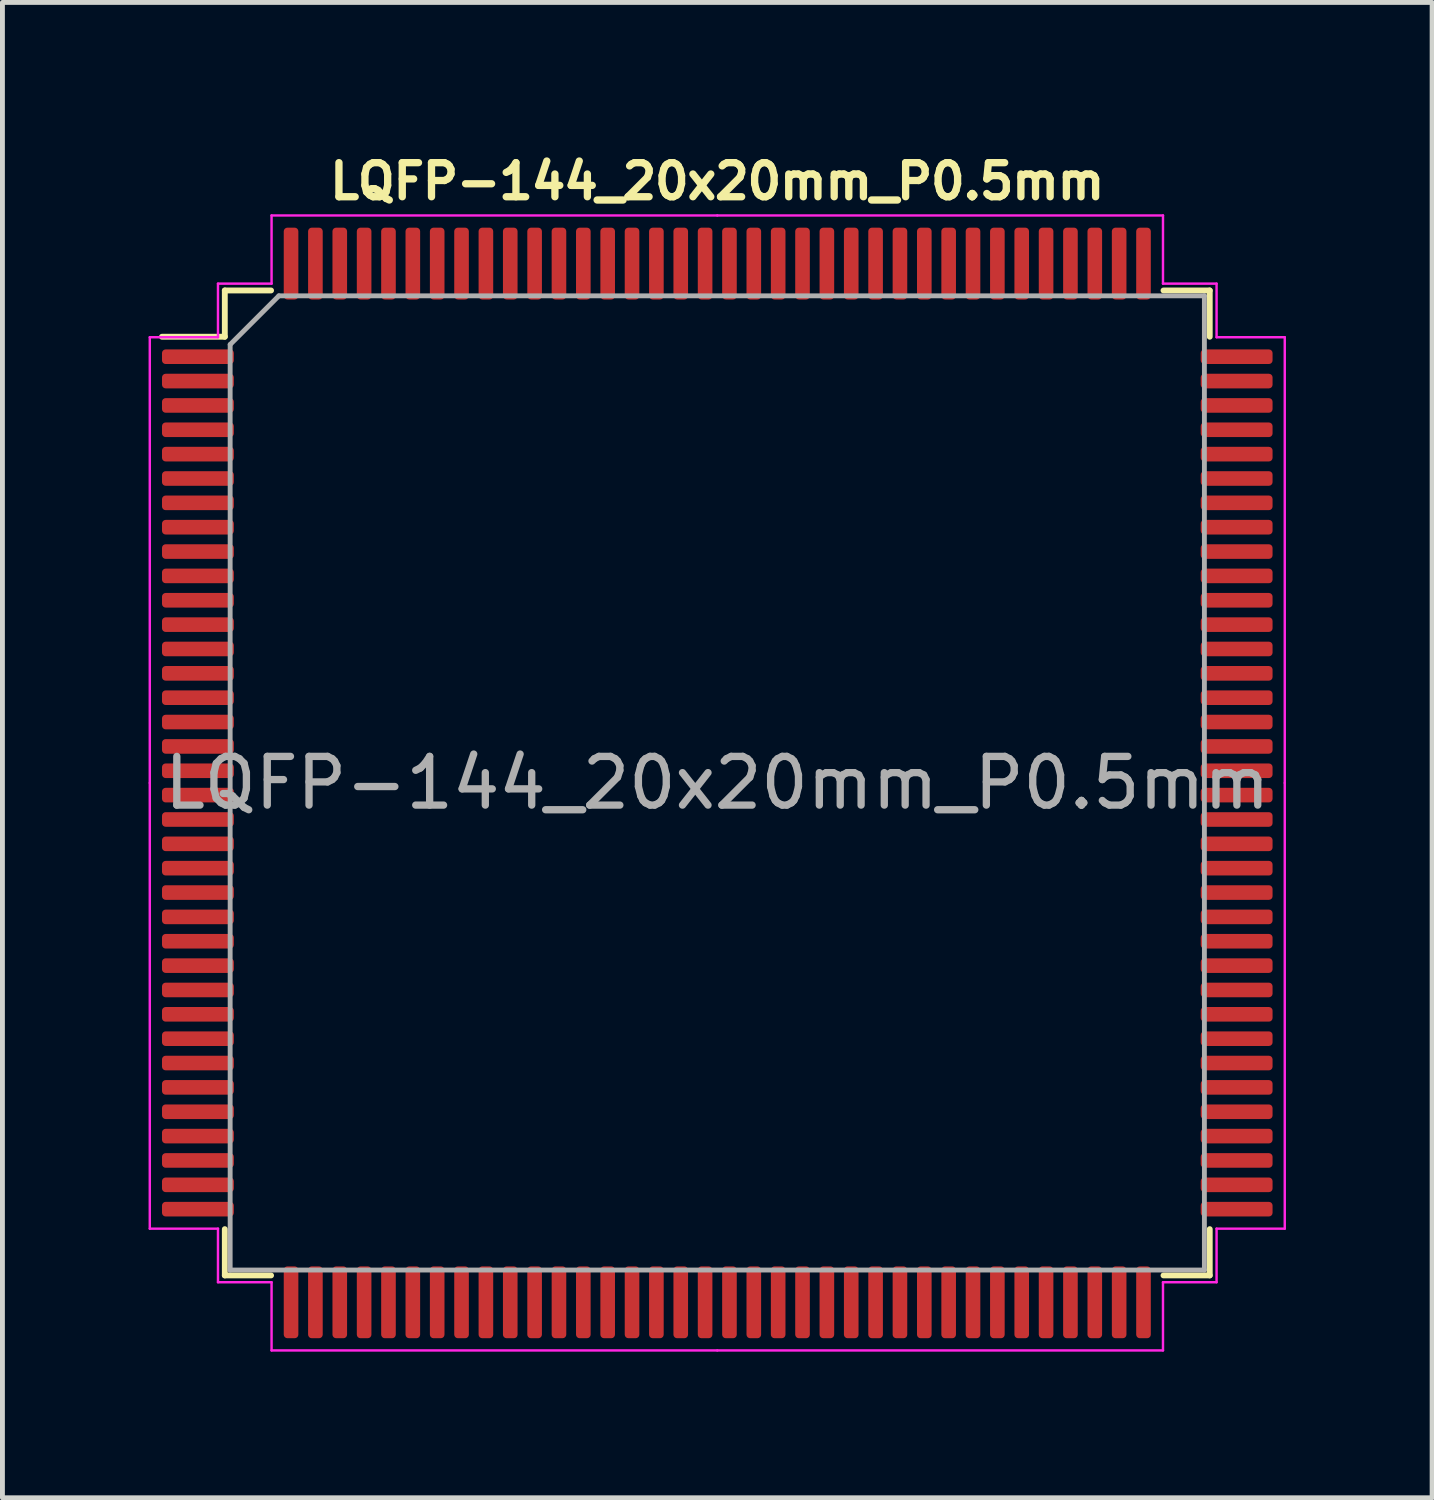
<source format=kicad_pcb>
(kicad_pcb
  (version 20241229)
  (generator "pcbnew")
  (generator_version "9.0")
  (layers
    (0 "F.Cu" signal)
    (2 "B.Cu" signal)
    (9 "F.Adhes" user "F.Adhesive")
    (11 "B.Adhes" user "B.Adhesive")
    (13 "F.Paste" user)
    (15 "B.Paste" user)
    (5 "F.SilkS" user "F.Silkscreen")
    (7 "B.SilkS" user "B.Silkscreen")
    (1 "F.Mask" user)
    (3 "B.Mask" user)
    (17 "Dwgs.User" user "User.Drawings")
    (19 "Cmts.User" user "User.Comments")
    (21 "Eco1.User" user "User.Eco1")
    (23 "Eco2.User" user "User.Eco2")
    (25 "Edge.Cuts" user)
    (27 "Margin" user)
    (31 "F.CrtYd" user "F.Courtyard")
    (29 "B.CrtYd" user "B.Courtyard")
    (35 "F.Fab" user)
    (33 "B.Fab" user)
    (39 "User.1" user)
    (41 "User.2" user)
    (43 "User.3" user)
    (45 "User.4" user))
  (footprint "LQFP-144_20x20mm_P0.5mm"
    (layer "F.Cu")
    (at 11.675 13.023)
    (property "Reference" "LQFP-144_20x20mm_P0.5mm" (at 0 -12.35 0) (layer "F.SilkS") (effects (font (size 0.7 0.7) (thickness 0.15))))
    (attr smd)
    (fp_line (start -10.11 -10.11) (end -10.11 -9.16) (stroke (width 0.12) (type solid)) (layer "F.SilkS"))
    (fp_line (start -10.11 -9.16) (end -11.4 -9.16) (stroke (width 0.12) (type solid)) (layer "F.SilkS"))
    (fp_line (start -10.11 10.11) (end -10.11 9.16) (stroke (width 0.12) (type solid)) (layer "F.SilkS"))
    (fp_line (start -9.16 -10.11) (end -10.11 -10.11) (stroke (width 0.12) (type solid)) (layer "F.SilkS"))
    (fp_line (start -9.16 10.11) (end -10.11 10.11) (stroke (width 0.12) (type solid)) (layer "F.SilkS"))
    (fp_line (start 9.16 -10.11) (end 10.11 -10.11) (stroke (width 0.12) (type solid)) (layer "F.SilkS"))
    (fp_line (start 9.16 10.11) (end 10.11 10.11) (stroke (width 0.12) (type solid)) (layer "F.SilkS"))
    (fp_line (start 10.11 -10.11) (end 10.11 -9.16) (stroke (width 0.12) (type solid)) (layer "F.SilkS"))
    (fp_line (start 10.11 10.11) (end 10.11 9.16) (stroke (width 0.12) (type solid)) (layer "F.SilkS"))
    (fp_line (start -11.65 -9.15) (end -11.65 0) (stroke (width 0.05) (type solid)) (layer "F.CrtYd"))
    (fp_line (start -11.65 9.15) (end -11.65 0) (stroke (width 0.05) (type solid)) (layer "F.CrtYd"))
    (fp_line (start -10.25 -10.25) (end -10.25 -9.15) (stroke (width 0.05) (type solid)) (layer "F.CrtYd"))
    (fp_line (start -10.25 -9.15) (end -11.65 -9.15) (stroke (width 0.05) (type solid)) (layer "F.CrtYd"))
    (fp_line (start -10.25 9.15) (end -11.65 9.15) (stroke (width 0.05) (type solid)) (layer "F.CrtYd"))
    (fp_line (start -10.25 10.25) (end -10.25 9.15) (stroke (width 0.05) (type solid)) (layer "F.CrtYd"))
    (fp_line (start -9.15 -11.65) (end -9.15 -10.25) (stroke (width 0.05) (type solid)) (layer "F.CrtYd"))
    (fp_line (start -9.15 -10.25) (end -10.25 -10.25) (stroke (width 0.05) (type solid)) (layer "F.CrtYd"))
    (fp_line (start -9.15 10.25) (end -10.25 10.25) (stroke (width 0.05) (type solid)) (layer "F.CrtYd"))
    (fp_line (start -9.15 11.65) (end -9.15 10.25) (stroke (width 0.05) (type solid)) (layer "F.CrtYd"))
    (fp_line (start 0 -11.65) (end -9.15 -11.65) (stroke (width 0.05) (type solid)) (layer "F.CrtYd"))
    (fp_line (start 0 -11.65) (end 9.15 -11.65) (stroke (width 0.05) (type solid)) (layer "F.CrtYd"))
    (fp_line (start 0 11.65) (end -9.15 11.65) (stroke (width 0.05) (type solid)) (layer "F.CrtYd"))
    (fp_line (start 0 11.65) (end 9.15 11.65) (stroke (width 0.05) (type solid)) (layer "F.CrtYd"))
    (fp_line (start 9.15 -11.65) (end 9.15 -10.25) (stroke (width 0.05) (type solid)) (layer "F.CrtYd"))
    (fp_line (start 9.15 -10.25) (end 10.25 -10.25) (stroke (width 0.05) (type solid)) (layer "F.CrtYd"))
    (fp_line (start 9.15 10.25) (end 10.25 10.25) (stroke (width 0.05) (type solid)) (layer "F.CrtYd"))
    (fp_line (start 9.15 11.65) (end 9.15 10.25) (stroke (width 0.05) (type solid)) (layer "F.CrtYd"))
    (fp_line (start 10.25 -10.25) (end 10.25 -9.15) (stroke (width 0.05) (type solid)) (layer "F.CrtYd"))
    (fp_line (start 10.25 -9.15) (end 11.65 -9.15) (stroke (width 0.05) (type solid)) (layer "F.CrtYd"))
    (fp_line (start 10.25 9.15) (end 11.65 9.15) (stroke (width 0.05) (type solid)) (layer "F.CrtYd"))
    (fp_line (start 10.25 10.25) (end 10.25 9.15) (stroke (width 0.05) (type solid)) (layer "F.CrtYd"))
    (fp_line (start 11.65 -9.15) (end 11.65 0) (stroke (width 0.05) (type solid)) (layer "F.CrtYd"))
    (fp_line (start 11.65 9.15) (end 11.65 0) (stroke (width 0.05) (type solid)) (layer "F.CrtYd"))
    (fp_line (start -10 -9) (end -9 -10) (stroke (width 0.1) (type solid)) (layer "F.Fab"))
    (fp_line (start -10 10) (end -10 -9) (stroke (width 0.1) (type solid)) (layer "F.Fab"))
    (fp_line (start -9 -10) (end 10 -10) (stroke (width 0.1) (type solid)) (layer "F.Fab"))
    (fp_line (start 10 -10) (end 10 10) (stroke (width 0.1) (type solid)) (layer "F.Fab"))
    (fp_line (start 10 10) (end -10 10) (stroke (width 0.1) (type solid)) (layer "F.Fab"))
    (fp_text user "${REFERENCE}" (at 0 0 0) (layer "F.Fab") (effects (font (size 1 1) (thickness 0.15))))
    (pad "1" smd roundrect (at -10.662 -8.75) (size 1.475 0.3) (layers "F.Cu" "F.Mask" "F.Paste") (roundrect_rratio 0.25))
    (pad "2" smd roundrect (at -10.662 -8.25) (size 1.475 0.3) (layers "F.Cu" "F.Mask" "F.Paste") (roundrect_rratio 0.25))
    (pad "3" smd roundrect (at -10.662 -7.75) (size 1.475 0.3) (layers "F.Cu" "F.Mask" "F.Paste") (roundrect_rratio 0.25))
    (pad "4" smd roundrect (at -10.662 -7.25) (size 1.475 0.3) (layers "F.Cu" "F.Mask" "F.Paste") (roundrect_rratio 0.25))
    (pad "5" smd roundrect (at -10.662 -6.75) (size 1.475 0.3) (layers "F.Cu" "F.Mask" "F.Paste") (roundrect_rratio 0.25))
    (pad "6" smd roundrect (at -10.662 -6.25) (size 1.475 0.3) (layers "F.Cu" "F.Mask" "F.Paste") (roundrect_rratio 0.25))
    (pad "7" smd roundrect (at -10.662 -5.75) (size 1.475 0.3) (layers "F.Cu" "F.Mask" "F.Paste") (roundrect_rratio 0.25))
    (pad "8" smd roundrect (at -10.662 -5.25) (size 1.475 0.3) (layers "F.Cu" "F.Mask" "F.Paste") (roundrect_rratio 0.25))
    (pad "9" smd roundrect (at -10.662 -4.75) (size 1.475 0.3) (layers "F.Cu" "F.Mask" "F.Paste") (roundrect_rratio 0.25))
    (pad "10" smd roundrect (at -10.662 -4.25) (size 1.475 0.3) (layers "F.Cu" "F.Mask" "F.Paste") (roundrect_rratio 0.25))
    (pad "11" smd roundrect (at -10.662 -3.75) (size 1.475 0.3) (layers "F.Cu" "F.Mask" "F.Paste") (roundrect_rratio 0.25))
    (pad "12" smd roundrect (at -10.662 -3.25) (size 1.475 0.3) (layers "F.Cu" "F.Mask" "F.Paste") (roundrect_rratio 0.25))
    (pad "13" smd roundrect (at -10.662 -2.75) (size 1.475 0.3) (layers "F.Cu" "F.Mask" "F.Paste") (roundrect_rratio 0.25))
    (pad "14" smd roundrect (at -10.662 -2.25) (size 1.475 0.3) (layers "F.Cu" "F.Mask" "F.Paste") (roundrect_rratio 0.25))
    (pad "15" smd roundrect (at -10.662 -1.75) (size 1.475 0.3) (layers "F.Cu" "F.Mask" "F.Paste") (roundrect_rratio 0.25))
    (pad "16" smd roundrect (at -10.662 -1.25) (size 1.475 0.3) (layers "F.Cu" "F.Mask" "F.Paste") (roundrect_rratio 0.25))
    (pad "17" smd roundrect (at -10.662 -0.75) (size 1.475 0.3) (layers "F.Cu" "F.Mask" "F.Paste") (roundrect_rratio 0.25))
    (pad "18" smd roundrect (at -10.662 -0.25) (size 1.475 0.3) (layers "F.Cu" "F.Mask" "F.Paste") (roundrect_rratio 0.25))
    (pad "19" smd roundrect (at -10.662 0.25) (size 1.475 0.3) (layers "F.Cu" "F.Mask" "F.Paste") (roundrect_rratio 0.25))
    (pad "20" smd roundrect (at -10.662 0.75) (size 1.475 0.3) (layers "F.Cu" "F.Mask" "F.Paste") (roundrect_rratio 0.25))
    (pad "21" smd roundrect (at -10.662 1.25) (size 1.475 0.3) (layers "F.Cu" "F.Mask" "F.Paste") (roundrect_rratio 0.25))
    (pad "22" smd roundrect (at -10.662 1.75) (size 1.475 0.3) (layers "F.Cu" "F.Mask" "F.Paste") (roundrect_rratio 0.25))
    (pad "23" smd roundrect (at -10.662 2.25) (size 1.475 0.3) (layers "F.Cu" "F.Mask" "F.Paste") (roundrect_rratio 0.25))
    (pad "24" smd roundrect (at -10.662 2.75) (size 1.475 0.3) (layers "F.Cu" "F.Mask" "F.Paste") (roundrect_rratio 0.25))
    (pad "25" smd roundrect (at -10.662 3.25) (size 1.475 0.3) (layers "F.Cu" "F.Mask" "F.Paste") (roundrect_rratio 0.25))
    (pad "26" smd roundrect (at -10.662 3.75) (size 1.475 0.3) (layers "F.Cu" "F.Mask" "F.Paste") (roundrect_rratio 0.25))
    (pad "27" smd roundrect (at -10.662 4.25) (size 1.475 0.3) (layers "F.Cu" "F.Mask" "F.Paste") (roundrect_rratio 0.25))
    (pad "28" smd roundrect (at -10.662 4.75) (size 1.475 0.3) (layers "F.Cu" "F.Mask" "F.Paste") (roundrect_rratio 0.25))
    (pad "29" smd roundrect (at -10.662 5.25) (size 1.475 0.3) (layers "F.Cu" "F.Mask" "F.Paste") (roundrect_rratio 0.25))
    (pad "30" smd roundrect (at -10.662 5.75) (size 1.475 0.3) (layers "F.Cu" "F.Mask" "F.Paste") (roundrect_rratio 0.25))
    (pad "31" smd roundrect (at -10.662 6.25) (size 1.475 0.3) (layers "F.Cu" "F.Mask" "F.Paste") (roundrect_rratio 0.25))
    (pad "32" smd roundrect (at -10.662 6.75) (size 1.475 0.3) (layers "F.Cu" "F.Mask" "F.Paste") (roundrect_rratio 0.25))
    (pad "33" smd roundrect (at -10.662 7.25) (size 1.475 0.3) (layers "F.Cu" "F.Mask" "F.Paste") (roundrect_rratio 0.25))
    (pad "34" smd roundrect (at -10.662 7.75) (size 1.475 0.3) (layers "F.Cu" "F.Mask" "F.Paste") (roundrect_rratio 0.25))
    (pad "35" smd roundrect (at -10.662 8.25) (size 1.475 0.3) (layers "F.Cu" "F.Mask" "F.Paste") (roundrect_rratio 0.25))
    (pad "36" smd roundrect (at -10.662 8.75) (size 1.475 0.3) (layers "F.Cu" "F.Mask" "F.Paste") (roundrect_rratio 0.25))
    (pad "37" smd roundrect (at -8.75 10.662) (size 0.3 1.475) (layers "F.Cu" "F.Mask" "F.Paste") (roundrect_rratio 0.25))
    (pad "38" smd roundrect (at -8.25 10.662) (size 0.3 1.475) (layers "F.Cu" "F.Mask" "F.Paste") (roundrect_rratio 0.25))
    (pad "39" smd roundrect (at -7.75 10.662) (size 0.3 1.475) (layers "F.Cu" "F.Mask" "F.Paste") (roundrect_rratio 0.25))
    (pad "40" smd roundrect (at -7.25 10.662) (size 0.3 1.475) (layers "F.Cu" "F.Mask" "F.Paste") (roundrect_rratio 0.25))
    (pad "41" smd roundrect (at -6.75 10.662) (size 0.3 1.475) (layers "F.Cu" "F.Mask" "F.Paste") (roundrect_rratio 0.25))
    (pad "42" smd roundrect (at -6.25 10.662) (size 0.3 1.475) (layers "F.Cu" "F.Mask" "F.Paste") (roundrect_rratio 0.25))
    (pad "43" smd roundrect (at -5.75 10.662) (size 0.3 1.475) (layers "F.Cu" "F.Mask" "F.Paste") (roundrect_rratio 0.25))
    (pad "44" smd roundrect (at -5.25 10.662) (size 0.3 1.475) (layers "F.Cu" "F.Mask" "F.Paste") (roundrect_rratio 0.25))
    (pad "45" smd roundrect (at -4.75 10.662) (size 0.3 1.475) (layers "F.Cu" "F.Mask" "F.Paste") (roundrect_rratio 0.25))
    (pad "46" smd roundrect (at -4.25 10.662) (size 0.3 1.475) (layers "F.Cu" "F.Mask" "F.Paste") (roundrect_rratio 0.25))
    (pad "47" smd roundrect (at -3.75 10.662) (size 0.3 1.475) (layers "F.Cu" "F.Mask" "F.Paste") (roundrect_rratio 0.25))
    (pad "48" smd roundrect (at -3.25 10.662) (size 0.3 1.475) (layers "F.Cu" "F.Mask" "F.Paste") (roundrect_rratio 0.25))
    (pad "49" smd roundrect (at -2.75 10.662) (size 0.3 1.475) (layers "F.Cu" "F.Mask" "F.Paste") (roundrect_rratio 0.25))
    (pad "50" smd roundrect (at -2.25 10.662) (size 0.3 1.475) (layers "F.Cu" "F.Mask" "F.Paste") (roundrect_rratio 0.25))
    (pad "51" smd roundrect (at -1.75 10.662) (size 0.3 1.475) (layers "F.Cu" "F.Mask" "F.Paste") (roundrect_rratio 0.25))
    (pad "52" smd roundrect (at -1.25 10.662) (size 0.3 1.475) (layers "F.Cu" "F.Mask" "F.Paste") (roundrect_rratio 0.25))
    (pad "53" smd roundrect (at -0.75 10.662) (size 0.3 1.475) (layers "F.Cu" "F.Mask" "F.Paste") (roundrect_rratio 0.25))
    (pad "54" smd roundrect (at -0.25 10.662) (size 0.3 1.475) (layers "F.Cu" "F.Mask" "F.Paste") (roundrect_rratio 0.25))
    (pad "55" smd roundrect (at 0.25 10.662) (size 0.3 1.475) (layers "F.Cu" "F.Mask" "F.Paste") (roundrect_rratio 0.25))
    (pad "56" smd roundrect (at 0.75 10.662) (size 0.3 1.475) (layers "F.Cu" "F.Mask" "F.Paste") (roundrect_rratio 0.25))
    (pad "57" smd roundrect (at 1.25 10.662) (size 0.3 1.475) (layers "F.Cu" "F.Mask" "F.Paste") (roundrect_rratio 0.25))
    (pad "58" smd roundrect (at 1.75 10.662) (size 0.3 1.475) (layers "F.Cu" "F.Mask" "F.Paste") (roundrect_rratio 0.25))
    (pad "59" smd roundrect (at 2.25 10.662) (size 0.3 1.475) (layers "F.Cu" "F.Mask" "F.Paste") (roundrect_rratio 0.25))
    (pad "60" smd roundrect (at 2.75 10.662) (size 0.3 1.475) (layers "F.Cu" "F.Mask" "F.Paste") (roundrect_rratio 0.25))
    (pad "61" smd roundrect (at 3.25 10.662) (size 0.3 1.475) (layers "F.Cu" "F.Mask" "F.Paste") (roundrect_rratio 0.25))
    (pad "62" smd roundrect (at 3.75 10.662) (size 0.3 1.475) (layers "F.Cu" "F.Mask" "F.Paste") (roundrect_rratio 0.25))
    (pad "63" smd roundrect (at 4.25 10.662) (size 0.3 1.475) (layers "F.Cu" "F.Mask" "F.Paste") (roundrect_rratio 0.25))
    (pad "64" smd roundrect (at 4.75 10.662) (size 0.3 1.475) (layers "F.Cu" "F.Mask" "F.Paste") (roundrect_rratio 0.25))
    (pad "65" smd roundrect (at 5.25 10.662) (size 0.3 1.475) (layers "F.Cu" "F.Mask" "F.Paste") (roundrect_rratio 0.25))
    (pad "66" smd roundrect (at 5.75 10.662) (size 0.3 1.475) (layers "F.Cu" "F.Mask" "F.Paste") (roundrect_rratio 0.25))
    (pad "67" smd roundrect (at 6.25 10.662) (size 0.3 1.475) (layers "F.Cu" "F.Mask" "F.Paste") (roundrect_rratio 0.25))
    (pad "68" smd roundrect (at 6.75 10.662) (size 0.3 1.475) (layers "F.Cu" "F.Mask" "F.Paste") (roundrect_rratio 0.25))
    (pad "69" smd roundrect (at 7.25 10.662) (size 0.3 1.475) (layers "F.Cu" "F.Mask" "F.Paste") (roundrect_rratio 0.25))
    (pad "70" smd roundrect (at 7.75 10.662) (size 0.3 1.475) (layers "F.Cu" "F.Mask" "F.Paste") (roundrect_rratio 0.25))
    (pad "71" smd roundrect (at 8.25 10.662) (size 0.3 1.475) (layers "F.Cu" "F.Mask" "F.Paste") (roundrect_rratio 0.25))
    (pad "72" smd roundrect (at 8.75 10.662) (size 0.3 1.475) (layers "F.Cu" "F.Mask" "F.Paste") (roundrect_rratio 0.25))
    (pad "73" smd roundrect (at 10.662 8.75) (size 1.475 0.3) (layers "F.Cu" "F.Mask" "F.Paste") (roundrect_rratio 0.25))
    (pad "74" smd roundrect (at 10.662 8.25) (size 1.475 0.3) (layers "F.Cu" "F.Mask" "F.Paste") (roundrect_rratio 0.25))
    (pad "75" smd roundrect (at 10.662 7.75) (size 1.475 0.3) (layers "F.Cu" "F.Mask" "F.Paste") (roundrect_rratio 0.25))
    (pad "76" smd roundrect (at 10.662 7.25) (size 1.475 0.3) (layers "F.Cu" "F.Mask" "F.Paste") (roundrect_rratio 0.25))
    (pad "77" smd roundrect (at 10.662 6.75) (size 1.475 0.3) (layers "F.Cu" "F.Mask" "F.Paste") (roundrect_rratio 0.25))
    (pad "78" smd roundrect (at 10.662 6.25) (size 1.475 0.3) (layers "F.Cu" "F.Mask" "F.Paste") (roundrect_rratio 0.25))
    (pad "79" smd roundrect (at 10.662 5.75) (size 1.475 0.3) (layers "F.Cu" "F.Mask" "F.Paste") (roundrect_rratio 0.25))
    (pad "80" smd roundrect (at 10.662 5.25) (size 1.475 0.3) (layers "F.Cu" "F.Mask" "F.Paste") (roundrect_rratio 0.25))
    (pad "81" smd roundrect (at 10.662 4.75) (size 1.475 0.3) (layers "F.Cu" "F.Mask" "F.Paste") (roundrect_rratio 0.25))
    (pad "82" smd roundrect (at 10.662 4.25) (size 1.475 0.3) (layers "F.Cu" "F.Mask" "F.Paste") (roundrect_rratio 0.25))
    (pad "83" smd roundrect (at 10.662 3.75) (size 1.475 0.3) (layers "F.Cu" "F.Mask" "F.Paste") (roundrect_rratio 0.25))
    (pad "84" smd roundrect (at 10.662 3.25) (size 1.475 0.3) (layers "F.Cu" "F.Mask" "F.Paste") (roundrect_rratio 0.25))
    (pad "85" smd roundrect (at 10.662 2.75) (size 1.475 0.3) (layers "F.Cu" "F.Mask" "F.Paste") (roundrect_rratio 0.25))
    (pad "86" smd roundrect (at 10.662 2.25) (size 1.475 0.3) (layers "F.Cu" "F.Mask" "F.Paste") (roundrect_rratio 0.25))
    (pad "87" smd roundrect (at 10.662 1.75) (size 1.475 0.3) (layers "F.Cu" "F.Mask" "F.Paste") (roundrect_rratio 0.25))
    (pad "88" smd roundrect (at 10.662 1.25) (size 1.475 0.3) (layers "F.Cu" "F.Mask" "F.Paste") (roundrect_rratio 0.25))
    (pad "89" smd roundrect (at 10.662 0.75) (size 1.475 0.3) (layers "F.Cu" "F.Mask" "F.Paste") (roundrect_rratio 0.25))
    (pad "90" smd roundrect (at 10.662 0.25) (size 1.475 0.3) (layers "F.Cu" "F.Mask" "F.Paste") (roundrect_rratio 0.25))
    (pad "91" smd roundrect (at 10.662 -0.25) (size 1.475 0.3) (layers "F.Cu" "F.Mask" "F.Paste") (roundrect_rratio 0.25))
    (pad "92" smd roundrect (at 10.662 -0.75) (size 1.475 0.3) (layers "F.Cu" "F.Mask" "F.Paste") (roundrect_rratio 0.25))
    (pad "93" smd roundrect (at 10.662 -1.25) (size 1.475 0.3) (layers "F.Cu" "F.Mask" "F.Paste") (roundrect_rratio 0.25))
    (pad "94" smd roundrect (at 10.662 -1.75) (size 1.475 0.3) (layers "F.Cu" "F.Mask" "F.Paste") (roundrect_rratio 0.25))
    (pad "95" smd roundrect (at 10.662 -2.25) (size 1.475 0.3) (layers "F.Cu" "F.Mask" "F.Paste") (roundrect_rratio 0.25))
    (pad "96" smd roundrect (at 10.662 -2.75) (size 1.475 0.3) (layers "F.Cu" "F.Mask" "F.Paste") (roundrect_rratio 0.25))
    (pad "97" smd roundrect (at 10.662 -3.25) (size 1.475 0.3) (layers "F.Cu" "F.Mask" "F.Paste") (roundrect_rratio 0.25))
    (pad "98" smd roundrect (at 10.662 -3.75) (size 1.475 0.3) (layers "F.Cu" "F.Mask" "F.Paste") (roundrect_rratio 0.25))
    (pad "99" smd roundrect (at 10.662 -4.25) (size 1.475 0.3) (layers "F.Cu" "F.Mask" "F.Paste") (roundrect_rratio 0.25))
    (pad "100" smd roundrect (at 10.662 -4.75) (size 1.475 0.3) (layers "F.Cu" "F.Mask" "F.Paste") (roundrect_rratio 0.25))
    (pad "101" smd roundrect (at 10.662 -5.25) (size 1.475 0.3) (layers "F.Cu" "F.Mask" "F.Paste") (roundrect_rratio 0.25))
    (pad "102" smd roundrect (at 10.662 -5.75) (size 1.475 0.3) (layers "F.Cu" "F.Mask" "F.Paste") (roundrect_rratio 0.25))
    (pad "103" smd roundrect (at 10.662 -6.25) (size 1.475 0.3) (layers "F.Cu" "F.Mask" "F.Paste") (roundrect_rratio 0.25))
    (pad "104" smd roundrect (at 10.662 -6.75) (size 1.475 0.3) (layers "F.Cu" "F.Mask" "F.Paste") (roundrect_rratio 0.25))
    (pad "105" smd roundrect (at 10.662 -7.25) (size 1.475 0.3) (layers "F.Cu" "F.Mask" "F.Paste") (roundrect_rratio 0.25))
    (pad "106" smd roundrect (at 10.662 -7.75) (size 1.475 0.3) (layers "F.Cu" "F.Mask" "F.Paste") (roundrect_rratio 0.25))
    (pad "107" smd roundrect (at 10.662 -8.25) (size 1.475 0.3) (layers "F.Cu" "F.Mask" "F.Paste") (roundrect_rratio 0.25))
    (pad "108" smd roundrect (at 10.662 -8.75) (size 1.475 0.3) (layers "F.Cu" "F.Mask" "F.Paste") (roundrect_rratio 0.25))
    (pad "109" smd roundrect (at 8.75 -10.662) (size 0.3 1.475) (layers "F.Cu" "F.Mask" "F.Paste") (roundrect_rratio 0.25))
    (pad "110" smd roundrect (at 8.25 -10.662) (size 0.3 1.475) (layers "F.Cu" "F.Mask" "F.Paste") (roundrect_rratio 0.25))
    (pad "111" smd roundrect (at 7.75 -10.662) (size 0.3 1.475) (layers "F.Cu" "F.Mask" "F.Paste") (roundrect_rratio 0.25))
    (pad "112" smd roundrect (at 7.25 -10.662) (size 0.3 1.475) (layers "F.Cu" "F.Mask" "F.Paste") (roundrect_rratio 0.25))
    (pad "113" smd roundrect (at 6.75 -10.662) (size 0.3 1.475) (layers "F.Cu" "F.Mask" "F.Paste") (roundrect_rratio 0.25))
    (pad "114" smd roundrect (at 6.25 -10.662) (size 0.3 1.475) (layers "F.Cu" "F.Mask" "F.Paste") (roundrect_rratio 0.25))
    (pad "115" smd roundrect (at 5.75 -10.662) (size 0.3 1.475) (layers "F.Cu" "F.Mask" "F.Paste") (roundrect_rratio 0.25))
    (pad "116" smd roundrect (at 5.25 -10.662) (size 0.3 1.475) (layers "F.Cu" "F.Mask" "F.Paste") (roundrect_rratio 0.25))
    (pad "117" smd roundrect (at 4.75 -10.662) (size 0.3 1.475) (layers "F.Cu" "F.Mask" "F.Paste") (roundrect_rratio 0.25))
    (pad "118" smd roundrect (at 4.25 -10.662) (size 0.3 1.475) (layers "F.Cu" "F.Mask" "F.Paste") (roundrect_rratio 0.25))
    (pad "119" smd roundrect (at 3.75 -10.662) (size 0.3 1.475) (layers "F.Cu" "F.Mask" "F.Paste") (roundrect_rratio 0.25))
    (pad "120" smd roundrect (at 3.25 -10.662) (size 0.3 1.475) (layers "F.Cu" "F.Mask" "F.Paste") (roundrect_rratio 0.25))
    (pad "121" smd roundrect (at 2.75 -10.662) (size 0.3 1.475) (layers "F.Cu" "F.Mask" "F.Paste") (roundrect_rratio 0.25))
    (pad "122" smd roundrect (at 2.25 -10.662) (size 0.3 1.475) (layers "F.Cu" "F.Mask" "F.Paste") (roundrect_rratio 0.25))
    (pad "123" smd roundrect (at 1.75 -10.662) (size 0.3 1.475) (layers "F.Cu" "F.Mask" "F.Paste") (roundrect_rratio 0.25))
    (pad "124" smd roundrect (at 1.25 -10.662) (size 0.3 1.475) (layers "F.Cu" "F.Mask" "F.Paste") (roundrect_rratio 0.25))
    (pad "125" smd roundrect (at 0.75 -10.662) (size 0.3 1.475) (layers "F.Cu" "F.Mask" "F.Paste") (roundrect_rratio 0.25))
    (pad "126" smd roundrect (at 0.25 -10.662) (size 0.3 1.475) (layers "F.Cu" "F.Mask" "F.Paste") (roundrect_rratio 0.25))
    (pad "127" smd roundrect (at -0.25 -10.662) (size 0.3 1.475) (layers "F.Cu" "F.Mask" "F.Paste") (roundrect_rratio 0.25))
    (pad "128" smd roundrect (at -0.75 -10.662) (size 0.3 1.475) (layers "F.Cu" "F.Mask" "F.Paste") (roundrect_rratio 0.25))
    (pad "129" smd roundrect (at -1.25 -10.662) (size 0.3 1.475) (layers "F.Cu" "F.Mask" "F.Paste") (roundrect_rratio 0.25))
    (pad "130" smd roundrect (at -1.75 -10.662) (size 0.3 1.475) (layers "F.Cu" "F.Mask" "F.Paste") (roundrect_rratio 0.25))
    (pad "131" smd roundrect (at -2.25 -10.662) (size 0.3 1.475) (layers "F.Cu" "F.Mask" "F.Paste") (roundrect_rratio 0.25))
    (pad "132" smd roundrect (at -2.75 -10.662) (size 0.3 1.475) (layers "F.Cu" "F.Mask" "F.Paste") (roundrect_rratio 0.25))
    (pad "133" smd roundrect (at -3.25 -10.662) (size 0.3 1.475) (layers "F.Cu" "F.Mask" "F.Paste") (roundrect_rratio 0.25))
    (pad "134" smd roundrect (at -3.75 -10.662) (size 0.3 1.475) (layers "F.Cu" "F.Mask" "F.Paste") (roundrect_rratio 0.25))
    (pad "135" smd roundrect (at -4.25 -10.662) (size 0.3 1.475) (layers "F.Cu" "F.Mask" "F.Paste") (roundrect_rratio 0.25))
    (pad "136" smd roundrect (at -4.75 -10.662) (size 0.3 1.475) (layers "F.Cu" "F.Mask" "F.Paste") (roundrect_rratio 0.25))
    (pad "137" smd roundrect (at -5.25 -10.662) (size 0.3 1.475) (layers "F.Cu" "F.Mask" "F.Paste") (roundrect_rratio 0.25))
    (pad "138" smd roundrect (at -5.75 -10.662) (size 0.3 1.475) (layers "F.Cu" "F.Mask" "F.Paste") (roundrect_rratio 0.25))
    (pad "139" smd roundrect (at -6.25 -10.662) (size 0.3 1.475) (layers "F.Cu" "F.Mask" "F.Paste") (roundrect_rratio 0.25))
    (pad "140" smd roundrect (at -6.75 -10.662) (size 0.3 1.475) (layers "F.Cu" "F.Mask" "F.Paste") (roundrect_rratio 0.25))
    (pad "141" smd roundrect (at -7.25 -10.662) (size 0.3 1.475) (layers "F.Cu" "F.Mask" "F.Paste") (roundrect_rratio 0.25))
    (pad "142" smd roundrect (at -7.75 -10.662) (size 0.3 1.475) (layers "F.Cu" "F.Mask" "F.Paste") (roundrect_rratio 0.25))
    (pad "143" smd roundrect (at -8.25 -10.662) (size 0.3 1.475) (layers "F.Cu" "F.Mask" "F.Paste") (roundrect_rratio 0.25))
    (pad "144" smd roundrect (at -8.75 -10.662) (size 0.3 1.475) (layers "F.Cu" "F.Mask" "F.Paste") (roundrect_rratio 0.25)))
  (gr_rect
    (start -3 -3)
    (end 26.35 27.698)
    (stroke (width 0.1) (type default))
    (fill no)
    (layer "Edge.Cuts")))
</source>
